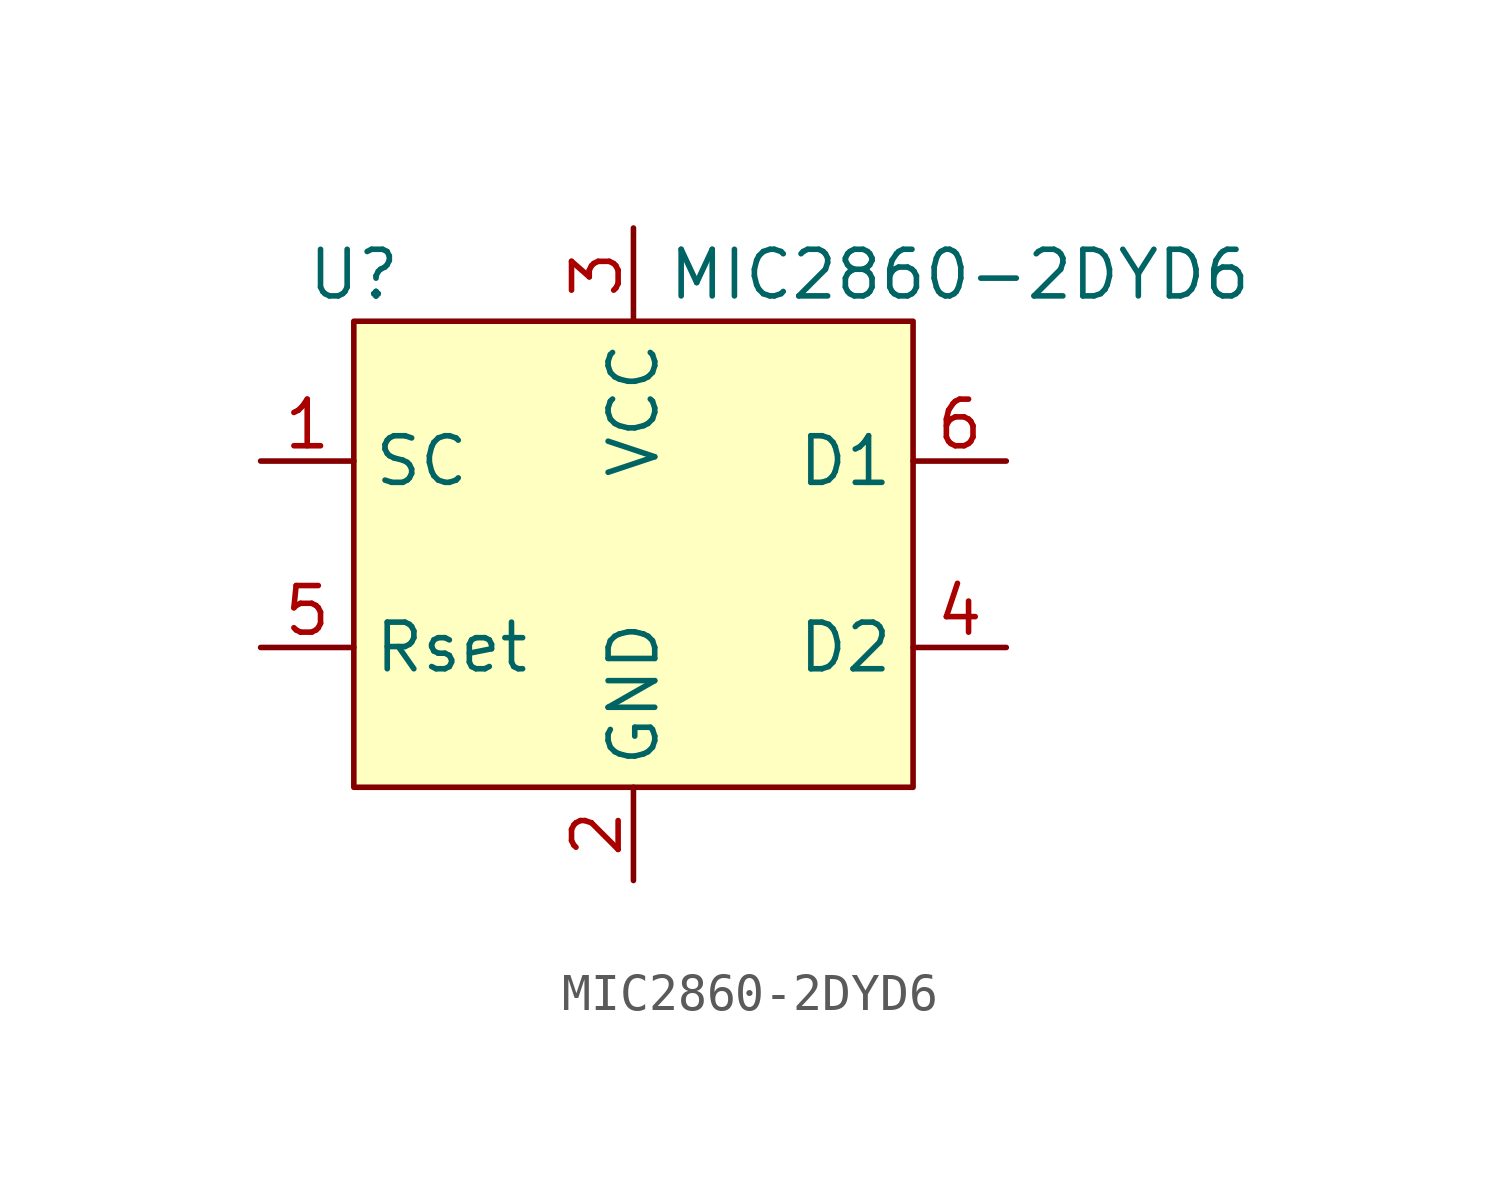
<source format=kicad_sym>
(kicad_symbol_lib
  (version 20211014)
  (generator kicad_symbol_editor)
  (symbol "MIC2860-2DYD6"
    (property "Reference" "U"
      (at -7.62 7.62 0)
      (effects (font (size 1.27 1.27))))
    (property "Value" "MIC2860-2DYD6"
      (at 8.89 7.62 0)
      (effects (font (size 1.27 1.27))))
    (symbol "MIC2860-2DYD6_0_1"
      (rectangle (start -7.62 6.35) (end 7.62 -6.35) (stroke (width 0) (type default) (color 0 0 0 0)) (fill (type background))))
    (symbol "MIC2860-2DYD6_1_1"
      (pin input line (at -10.16 2.54 0) (length 2.54) (name "SC" (effects (font (size 1.27 1.27)))) (number "1" (effects (font (size 1.27 1.27)))))
      (pin power_in line (at 0 -8.89 90) (length 2.54) (name "GND" (effects (font (size 1.27 1.27)))) (number "2" (effects (font (size 1.27 1.27)))))
      (pin power_in line (at 0 8.89 270) (length 2.54) (name "VCC" (effects (font (size 1.27 1.27)))) (number "3" (effects (font (size 1.27 1.27)))))
      (pin input line (at 10.16 -2.54 180) (length 2.54) (name "D2" (effects (font (size 1.27 1.27)))) (number "4" (effects (font (size 1.27 1.27)))))
      (pin input line (at -10.16 -2.54 0) (length 2.54) (name "Rset" (effects (font (size 1.27 1.27)))) (number "5" (effects (font (size 1.27 1.27)))))
      (pin input line (at 10.16 2.54 180) (length 2.54) (name "D1" (effects (font (size 1.27 1.27)))) (number "6" (effects (font (size 1.27 1.27))))))))
</source>
